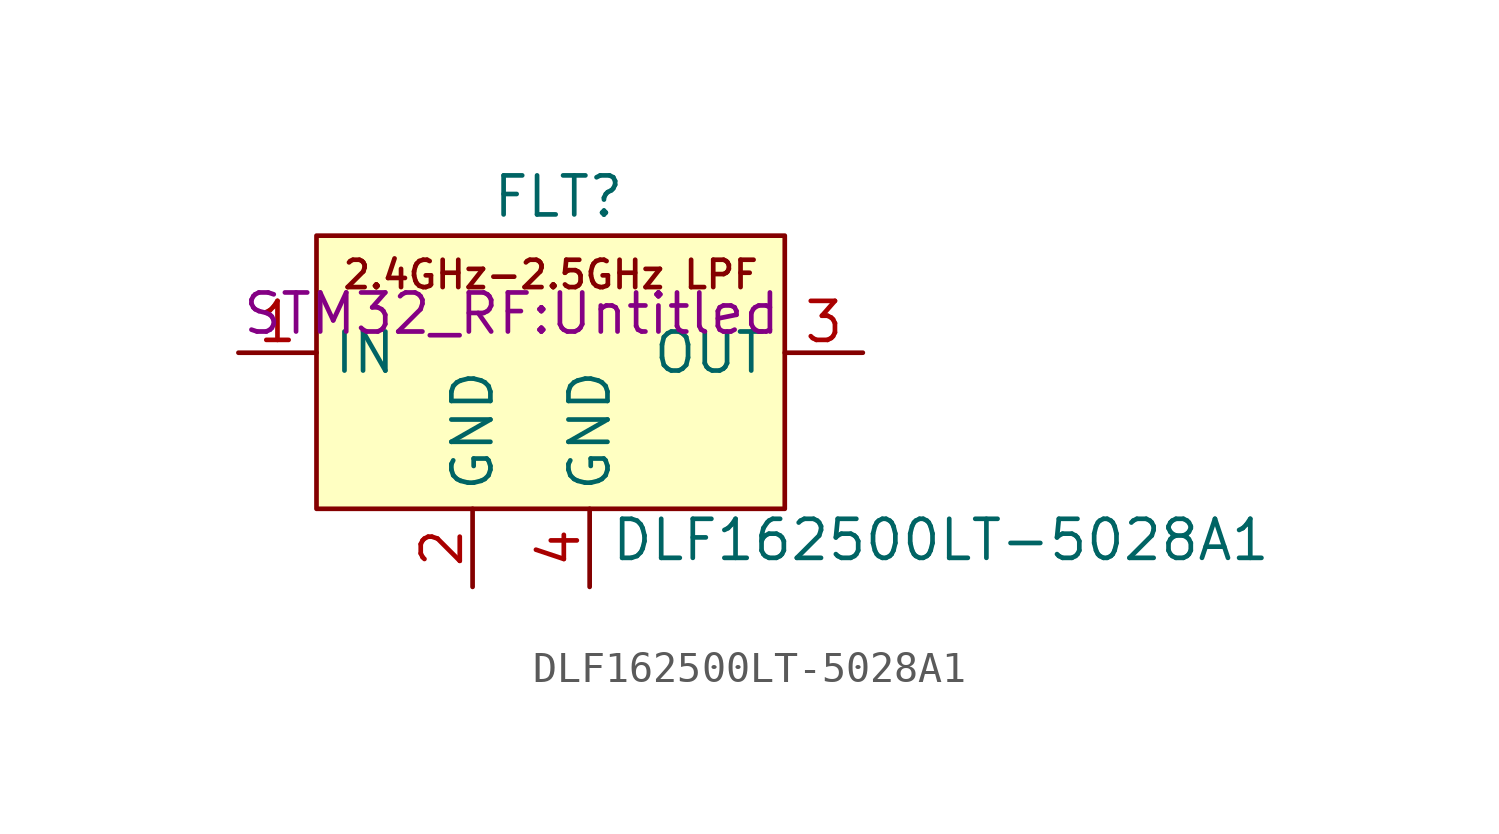
<source format=kicad_sym>
(kicad_symbol_lib
  (version 20241209)
  (generator "kicad_symbol_editor")
  (generator_version "9.0")
  (symbol "DLF162500LT-5028A1"
    (property "Reference" "FLT"
      (at 1.524 3.81 0)
      (effects (font (size 1.27 1.27))))
    (property "Value" "DLF162500LT-5028A1"
      (at 13.97 -7.366 0)
      (effects (font (size 1.27 1.27))))
    (property "Footprint" "STM32_RF:Untitled"
      (at 0 0 0)
      (do_not_autoplace)
      (effects (font (size 1.27 1.27))))
    (symbol "DLF162500LT-5028A1_0_0"
      (pin passive line (at -8.89 -1.27 0) (length 2.54) (name "IN" (effects (font (size 1.27 1.27)))) (number "1" (effects (font (size 1.27 1.27)))))
      (pin passive line (at -1.27 -8.89 90) (length 2.54) (name "GND" (effects (font (size 1.27 1.27)))) (number "2" (effects (font (size 1.27 1.27)))))
      (pin passive line (at 2.54 -8.89 90) (length 2.54) (name "GND" (effects (font (size 1.27 1.27)))) (number "4" (effects (font (size 1.27 1.27)))))
      (pin passive line (at 11.43 -1.27 180) (length 2.54) (name "OUT" (effects (font (size 1.27 1.27)))) (number "3" (effects (font (size 1.27 1.27))))))
    (symbol "DLF162500LT-5028A1_1_1"
      (rectangle (start -6.35 2.54) (end 8.89 -6.35) (stroke (width 0) (type solid)) (fill (type color) (color 255 255 194 1)))
      (text "2.4GHz-2.5GHz LPF" (at 1.27 1.27 0) (effects (font (size 0.889 0.889)))))))
</source>
